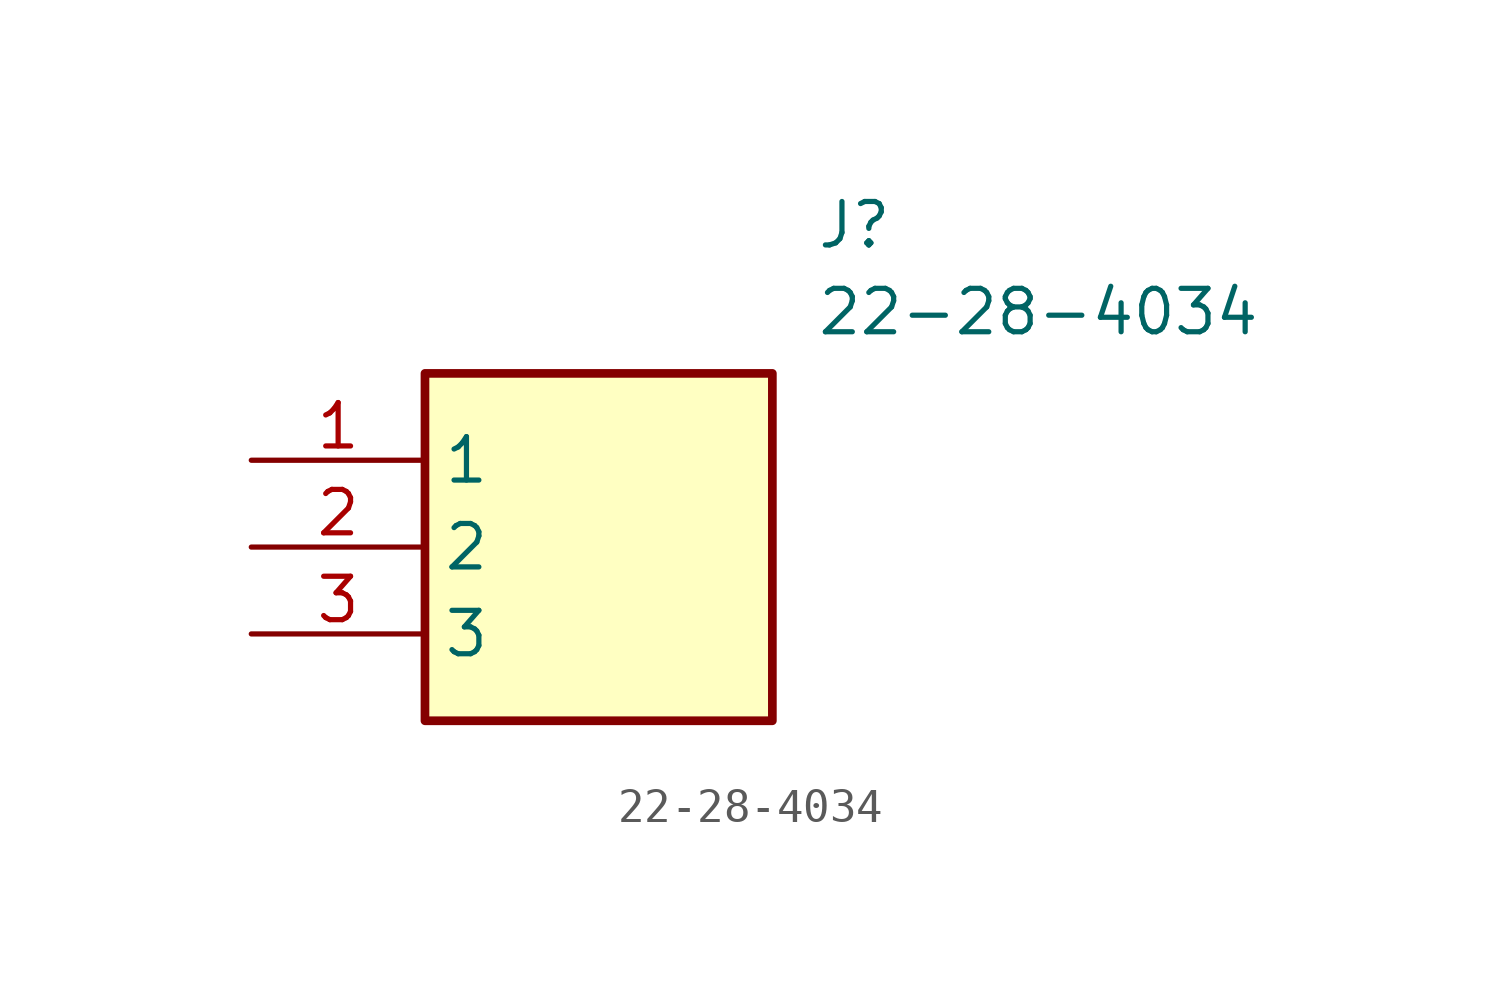
<source format=kicad_sym>
(kicad_symbol_lib
  (version 20211014)
  (generator SamacSys_ECAD_Model)
  (symbol "22-28-4034"
    (property "Reference" "J"
      (at 16.51 7.62 0)
      (effects (font (size 1.27 1.27)) (justify left top)))
    (property "Value" "22-28-4034"
      (at 16.51 5.08 0)
      (effects (font (size 1.27 1.27)) (justify left top)))
    (rectangle
      (start 5.08 2.54)
      (end 15.24 -7.62)
      (stroke (width 0.254) (type default))
      (fill (type background)))
    (pin passive line
      (at 0 0 0)
      (length 5.08)
      (name "1" (effects (font (size 1.27 1.27))))
      (number "1" (effects (font (size 1.27 1.27)))))
    (pin passive line
      (at 0 -2.54 0)
      (length 5.08)
      (name "2" (effects (font (size 1.27 1.27))))
      (number "2" (effects (font (size 1.27 1.27)))))
    (pin passive line
      (at 0 -5.08 0)
      (length 5.08)
      (name "3" (effects (font (size 1.27 1.27))))
      (number "3" (effects (font (size 1.27 1.27)))))))
</source>
